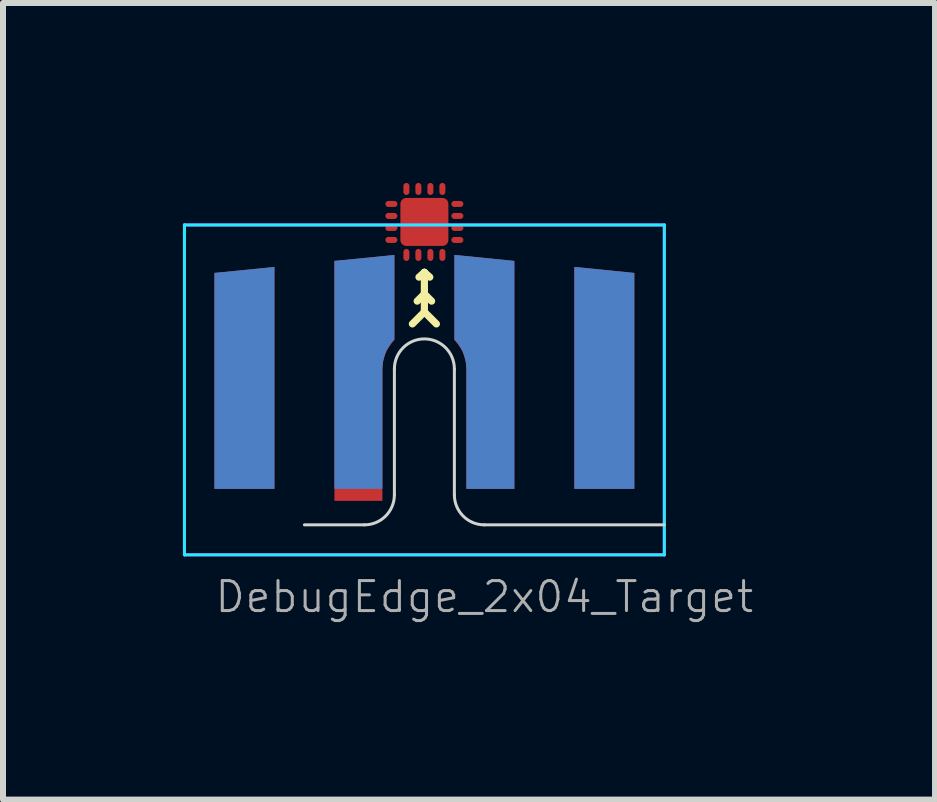
<source format=kicad_pcb>
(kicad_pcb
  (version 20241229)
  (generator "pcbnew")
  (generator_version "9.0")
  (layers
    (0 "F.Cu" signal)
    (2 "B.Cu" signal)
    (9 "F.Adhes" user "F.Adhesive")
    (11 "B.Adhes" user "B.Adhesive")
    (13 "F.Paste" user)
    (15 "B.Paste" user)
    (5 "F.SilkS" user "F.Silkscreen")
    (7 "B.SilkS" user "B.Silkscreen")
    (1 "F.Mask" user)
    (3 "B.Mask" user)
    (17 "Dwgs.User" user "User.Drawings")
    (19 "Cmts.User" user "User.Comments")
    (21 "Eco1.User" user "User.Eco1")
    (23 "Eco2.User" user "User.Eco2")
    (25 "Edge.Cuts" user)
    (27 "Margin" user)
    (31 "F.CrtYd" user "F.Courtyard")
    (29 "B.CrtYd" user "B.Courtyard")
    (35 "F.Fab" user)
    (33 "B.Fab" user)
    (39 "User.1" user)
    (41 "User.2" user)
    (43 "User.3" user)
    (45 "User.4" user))
  (footprint "DebugEdge_2x04_Target"
    (layer "F.Cu")
    (at 4.025 5.7)
    (property "Reference" "DebugEdge_2x04_Target" (at 1 1.2 0) (unlocked yes) (layer "F.Fab") (effects (font (size 0.5 0.5) (thickness 0.05))))
    (attr exclude_from_pos_files exclude_from_bom)
    (fp_line (start -0.6 -5.35) (end -0.5 -5.35) (stroke (width 0.1) (type solid)) (layer "F.Cu"))
    (fp_line (start -0.6 -5.15) (end -0.5 -5.15) (stroke (width 0.1) (type solid)) (layer "F.Cu"))
    (fp_line (start -0.6 -4.95) (end -0.5 -4.95) (stroke (width 0.1) (type solid)) (layer "F.Cu"))
    (fp_line (start -0.6 -4.75) (end -0.5 -4.75) (stroke (width 0.1) (type solid)) (layer "F.Cu"))
    (fp_line (start -0.3 -5.65) (end -0.3 -5.55) (stroke (width 0.1) (type solid)) (layer "F.Cu"))
    (fp_line (start -0.3 -4.55) (end -0.3 -4.45) (stroke (width 0.1) (type solid)) (layer "F.Cu"))
    (fp_line (start -0.1 -5.65) (end -0.1 -5.55) (stroke (width 0.1) (type solid)) (layer "F.Cu"))
    (fp_line (start -0.1 -4.55) (end -0.1 -4.45) (stroke (width 0.1) (type solid)) (layer "F.Cu"))
    (fp_line (start 0.1 -5.65) (end 0.1 -5.55) (stroke (width 0.1) (type solid)) (layer "F.Cu"))
    (fp_line (start 0.1 -4.55) (end 0.1 -4.45) (stroke (width 0.1) (type solid)) (layer "F.Cu"))
    (fp_line (start 0.3 -5.65) (end 0.3 -5.55) (stroke (width 0.1) (type solid)) (layer "F.Cu"))
    (fp_line (start 0.3 -4.55) (end 0.3 -4.45) (stroke (width 0.1) (type solid)) (layer "F.Cu"))
    (fp_line (start 0.5 -5.35) (end 0.6 -5.35) (stroke (width 0.1) (type solid)) (layer "F.Cu"))
    (fp_line (start 0.5 -5.15) (end 0.6 -5.15) (stroke (width 0.1) (type solid)) (layer "F.Cu"))
    (fp_line (start 0.5 -4.95) (end 0.6 -4.95) (stroke (width 0.1) (type solid)) (layer "F.Cu"))
    (fp_line (start 0.5 -4.75) (end 0.6 -4.75) (stroke (width 0.1) (type solid)) (layer "F.Cu"))
    (fp_poly (pts (xy 0.3 -4.75) (xy -0.3 -4.75) (xy -0.3 -5.35) (xy 0.3 -5.35)) (stroke (width 0.2) (type solid)) (fill yes) (layer "F.Cu"))
    (fp_line (start -0.6 -5.35) (end -0.5 -5.35) (stroke (width 0.1) (type solid)) (layer "F.Mask"))
    (fp_line (start -0.6 -5.15) (end -0.5 -5.15) (stroke (width 0.1) (type solid)) (layer "F.Mask"))
    (fp_line (start -0.6 -4.95) (end -0.5 -4.95) (stroke (width 0.1) (type solid)) (layer "F.Mask"))
    (fp_line (start -0.6 -4.75) (end -0.5 -4.75) (stroke (width 0.1) (type solid)) (layer "F.Mask"))
    (fp_line (start -0.3 -5.65) (end -0.3 -5.55) (stroke (width 0.1) (type solid)) (layer "F.Mask"))
    (fp_line (start -0.3 -4.55) (end -0.3 -4.45) (stroke (width 0.1) (type solid)) (layer "F.Mask"))
    (fp_line (start -0.1 -5.65) (end -0.1 -5.55) (stroke (width 0.1) (type solid)) (layer "F.Mask"))
    (fp_line (start -0.1 -4.55) (end -0.1 -4.45) (stroke (width 0.1) (type solid)) (layer "F.Mask"))
    (fp_line (start 0.1 -5.65) (end 0.1 -5.55) (stroke (width 0.1) (type solid)) (layer "F.Mask"))
    (fp_line (start 0.1 -4.55) (end 0.1 -4.45) (stroke (width 0.1) (type solid)) (layer "F.Mask"))
    (fp_line (start 0.3 -5.65) (end 0.3 -5.55) (stroke (width 0.1) (type solid)) (layer "F.Mask"))
    (fp_line (start 0.3 -4.55) (end 0.3 -4.45) (stroke (width 0.1) (type solid)) (layer "F.Mask"))
    (fp_line (start 0.5 -5.35) (end 0.6 -5.35) (stroke (width 0.1) (type solid)) (layer "F.Mask"))
    (fp_line (start 0.5 -5.15) (end 0.6 -5.15) (stroke (width 0.1) (type solid)) (layer "F.Mask"))
    (fp_line (start 0.5 -4.95) (end 0.6 -4.95) (stroke (width 0.1) (type solid)) (layer "F.Mask"))
    (fp_line (start 0.5 -4.75) (end 0.6 -4.75) (stroke (width 0.1) (type solid)) (layer "F.Mask"))
    (fp_poly (pts (xy 0.3 -4.75) (xy -0.3 -4.75) (xy -0.3 -5.35) (xy 0.3 -5.35)) (stroke (width 0.2) (type solid)) (fill yes) (layer "F.Mask"))
    (fp_line (start -0.2 -3.35) (end 0 -3.55) (stroke (width 0.12) (type solid)) (layer "F.SilkS"))
    (fp_line (start -0.12 -3.73) (end 0 -3.85) (stroke (width 0.12) (type solid)) (layer "F.SilkS"))
    (fp_line (start -0.09 -4.13) (end 0 -4.21) (stroke (width 0.12) (type solid)) (layer "F.SilkS"))
    (fp_line (start 0 -4.21) (end 0 -3.55) (stroke (width 0.12) (type solid)) (layer "F.SilkS"))
    (fp_line (start 0.09 -4.13) (end 0 -4.21) (stroke (width 0.12) (type solid)) (layer "F.SilkS"))
    (fp_line (start 0.12 -3.73) (end 0 -3.85) (stroke (width 0.12) (type solid)) (layer "F.SilkS"))
    (fp_line (start 0.2 -3.35) (end 0 -3.55) (stroke (width 0.12) (type solid)) (layer "F.SilkS"))
    (fp_line (start -2 0) (end -1 0) (stroke (width 0.05) (type solid)) (layer "Edge.Cuts"))
    (fp_line (start -0.5 -2.6) (end -0.5 -0.5) (stroke (width 0.05) (type solid)) (layer "Edge.Cuts"))
    (fp_line (start 0.5 -0.5) (end 0.5 -2.6) (stroke (width 0.05) (type solid)) (layer "Edge.Cuts"))
    (fp_line (start 1 0) (end 4 0) (stroke (width 0.05) (type solid)) (layer "Edge.Cuts"))
    (fp_arc (start -0.5 -2.6) (mid 0 -3.1) (end 0.5 -2.6) (stroke (width 0.05) (type solid)) (layer "Edge.Cuts"))
    (fp_arc (start -0.5 -0.5) (mid -0.646447 -0.146447) (end -1 0) (stroke (width 0.05) (type solid)) (layer "Edge.Cuts"))
    (fp_arc (start 1 0) (mid 0.646447 -0.146447) (end 0.5 -0.5) (stroke (width 0.05) (type solid)) (layer "Edge.Cuts"))
    (fp_line (start -4 -5) (end -4 0.5) (stroke (width 0.05) (type solid)) (layer "B.CrtYd"))
    (fp_line (start -4 0.5) (end 4 0.5) (stroke (width 0.05) (type solid)) (layer "B.CrtYd"))
    (fp_line (start 4 -5) (end -4 -5) (stroke (width 0.05) (type solid)) (layer "B.CrtYd"))
    (fp_line (start 4 0.5) (end 4 -5) (stroke (width 0.05) (type solid)) (layer "B.CrtYd"))
    (fp_line (start -4 -5) (end 4 -5) (stroke (width 0.05) (type solid)) (layer "F.CrtYd"))
    (fp_line (start -4 0.5) (end -4 -5) (stroke (width 0.05) (type solid)) (layer "F.CrtYd"))
    (fp_line (start 4 -5) (end 4 0.5) (stroke (width 0.05) (type solid)) (layer "F.CrtYd"))
    (fp_line (start 4 0.5) (end -4 0.5) (stroke (width 0.05) (type solid)) (layer "F.CrtYd"))
    (pad "1" smd custom (at -1 -2.1) (size 0.4 0.4) (layers "F.Cu" "F.Mask") (options (anchor rect)) (primitives (gr_poly (pts (xy 0.3 -0.5) (xy 0.31 -0.61) (xy 0.33 -0.69) (xy 0.35 -0.75) (xy 0.37 -0.8) (xy 0.4 -0.85) (xy 0.44 -0.91) (xy 0.48 -0.96) (xy 0.5 -0.98) (xy 0.5 -2.4) (xy -0.5 -2.3) (xy -0.5 1.7) (xy 0.3 1.7)) (width 0) (fill yes))))
    (pad "2" smd custom (at 1 -2.3) (size 0.4 0.4) (layers "F.Cu" "F.Mask") (options (anchor rect)) (primitives (gr_poly (pts (xy -0.3 -0.3) (xy -0.31 -0.41) (xy -0.33 -0.49) (xy -0.35 -0.55) (xy -0.37 -0.6) (xy -0.4 -0.65) (xy -0.44 -0.71) (xy -0.48 -0.76) (xy -0.5 -0.78) (xy -0.5 -2.2) (xy 0.5 -2.1) (xy 0.5 1.7) (xy -0.3 1.7)) (width 0) (fill yes))))
    (pad "3" smd custom (at -1 -2.1) (size 0.4 0.4) (layers "B.Cu" "B.Mask") (options (anchor rect)) (primitives (gr_poly (pts (xy 0.3 -0.51) (xy 0.31 -0.62) (xy 0.33 -0.7) (xy 0.35 -0.76) (xy 0.37 -0.81) (xy 0.4 -0.86) (xy 0.44 -0.92) (xy 0.48 -0.97) (xy 0.5 -0.99) (xy 0.5 -2.4) (xy -0.5 -2.3) (xy -0.5 1.5) (xy 0.3 1.5)) (width 0) (fill yes))))
    (pad "4" smd custom (at 1 -2.1) (size 0.4 0.4) (layers "B.Cu" "B.Mask") (options (anchor rect)) (primitives (gr_poly (pts (xy -0.3 -0.51) (xy -0.31 -0.62) (xy -0.33 -0.7) (xy -0.35 -0.76) (xy -0.37 -0.81) (xy -0.4 -0.86) (xy -0.44 -0.92) (xy -0.48 -0.97) (xy -0.5 -0.99) (xy -0.5 -2.4) (xy 0.5 -2.3) (xy 0.5 1.5) (xy -0.3 1.5)) (width 0) (fill yes))))
    (pad "5" smd custom (at 3 -2.4 180) (size 1 3.6) (layers "F.Cu" "F.Mask") (options (anchor rect)) (primitives (gr_poly (pts (xy 0.5 1.8) (xy 0.5 1.9) (xy -0.5 1.8)) (width 0) (fill yes))))
    (pad "6" smd custom (at 3 -2.4) (size 1 3.6) (layers "B.Cu" "B.Mask") (options (anchor rect)) (primitives (gr_poly (pts (xy -0.5 -1.8) (xy -0.5 -1.9) (xy 0.5 -1.8)) (width 0) (fill yes))))
    (pad "7" smd custom (at -3 -2.4 180) (size 1 3.6) (layers "F.Cu" "F.Mask") (options (anchor rect)) (primitives (gr_poly (pts (xy -0.5 1.8) (xy -0.5 1.9) (xy 0.5 1.8)) (width 0) (fill yes))))
    (pad "8" smd custom (at -3 -2.4) (size 1 3.6) (layers "B.Cu" "B.Mask") (options (anchor rect)) (primitives (gr_poly (pts (xy 0.5 -1.8) (xy 0.5 -1.9) (xy -0.5 -1.8)) (width 0) (fill yes)))))
  (gr_rect
    (start -3 -3)
    (end 12.538 10.28)
    (stroke (width 0.1) (type default))
    (fill no)
    (layer "Edge.Cuts")))
</source>
